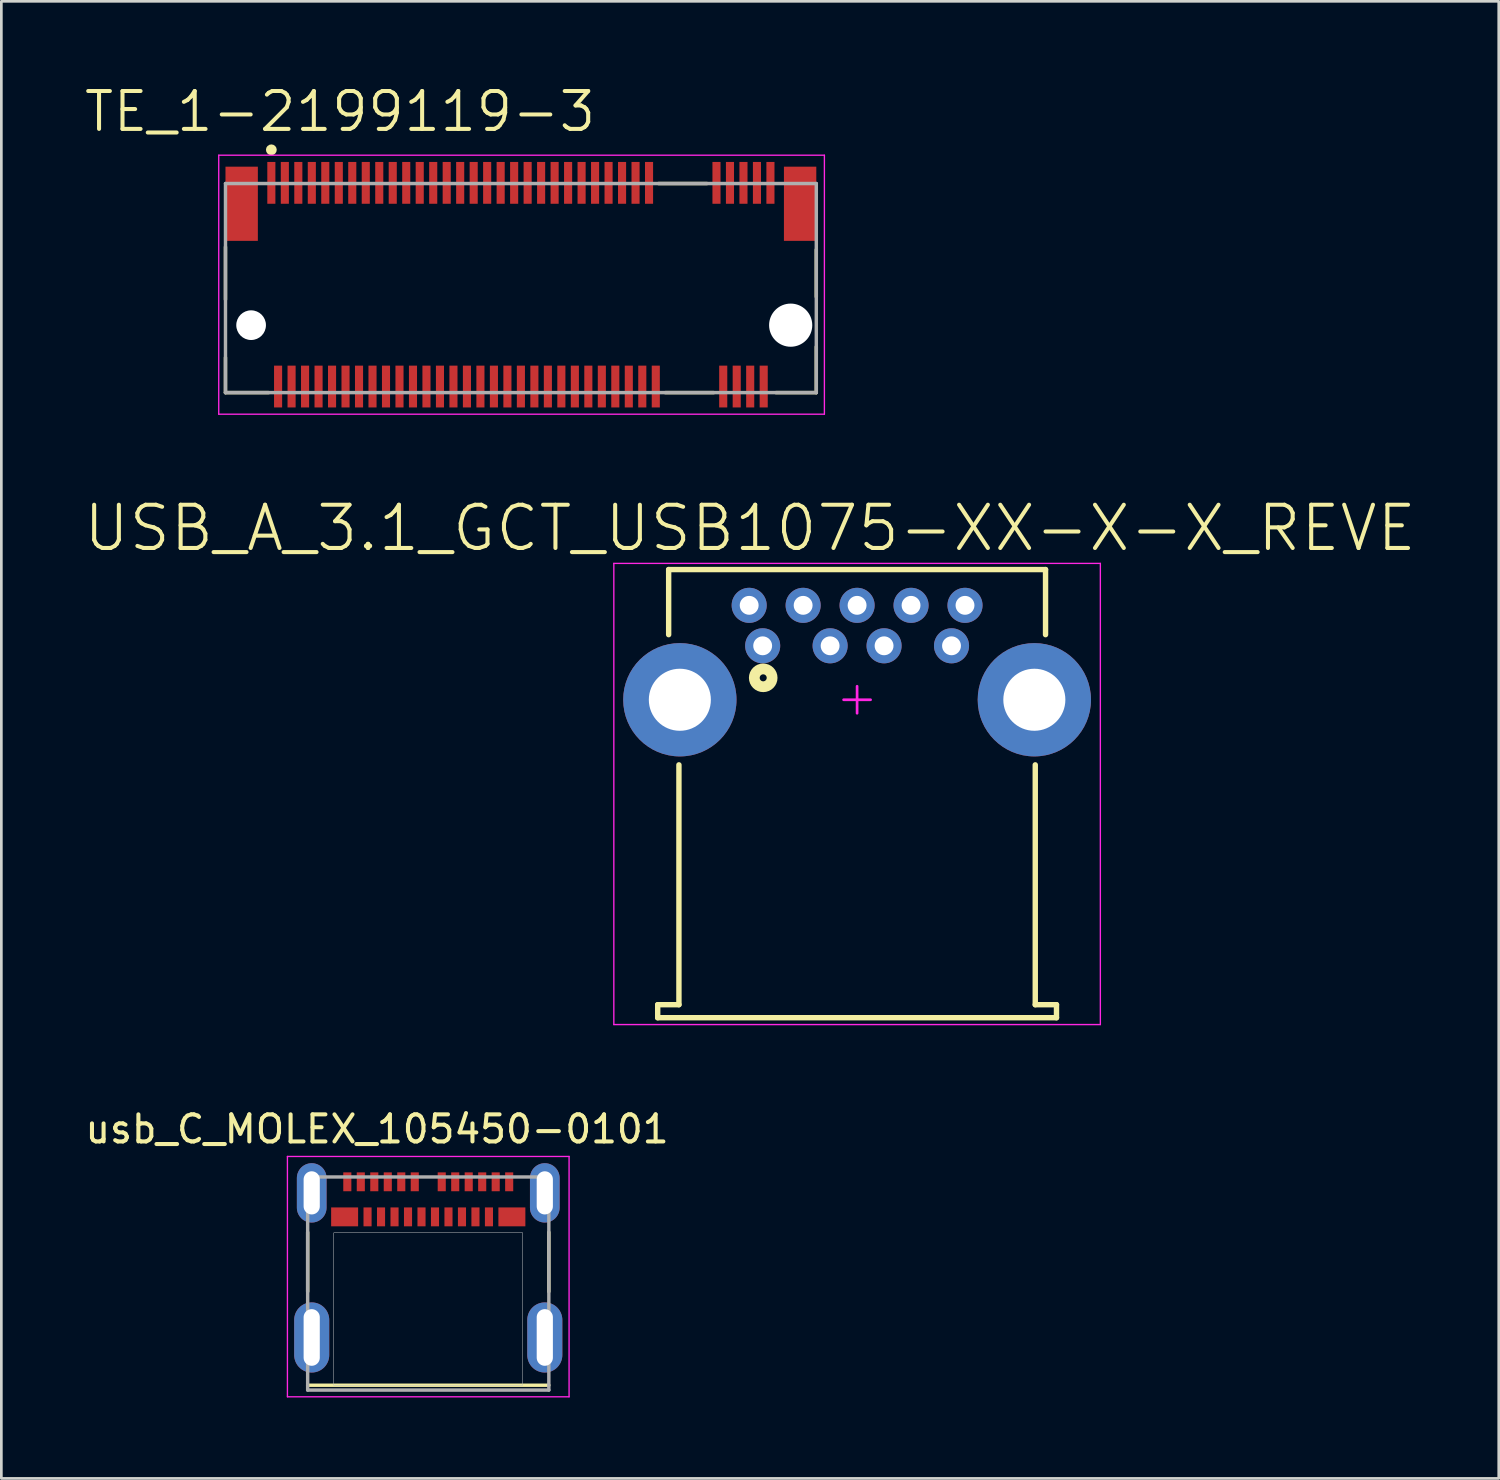
<source format=kicad_pcb>
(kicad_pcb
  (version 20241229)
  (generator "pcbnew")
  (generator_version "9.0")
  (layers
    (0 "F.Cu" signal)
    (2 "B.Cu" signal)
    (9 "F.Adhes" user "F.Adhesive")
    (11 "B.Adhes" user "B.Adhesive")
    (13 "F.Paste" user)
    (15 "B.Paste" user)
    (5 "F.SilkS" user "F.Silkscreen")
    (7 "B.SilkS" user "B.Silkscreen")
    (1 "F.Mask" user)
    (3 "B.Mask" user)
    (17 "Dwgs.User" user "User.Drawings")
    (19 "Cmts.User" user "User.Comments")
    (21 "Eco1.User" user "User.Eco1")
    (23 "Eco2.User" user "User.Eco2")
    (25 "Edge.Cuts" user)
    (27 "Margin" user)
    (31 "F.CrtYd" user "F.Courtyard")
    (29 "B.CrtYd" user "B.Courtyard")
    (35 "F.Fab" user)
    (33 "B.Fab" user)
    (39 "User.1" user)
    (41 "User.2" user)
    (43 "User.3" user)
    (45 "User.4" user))
  (footprint "usb_C_MOLEX_105450-0101"
    (layer "F.Cu")
    (at 12.824 44.526)
    (property "Reference" "usb_C_MOLEX_105450-0101" (at -1.899 -5.723 0) (layer "F.SilkS") (effects (font (size 1.004 1.004) (thickness 0.15))))
    (attr through_hole)
    (fp_line (start -4.47 0.3) (end -4.47 -1.9) (stroke (width 0.127) (type solid)) (layer "F.SilkS"))
    (fp_line (start -4.47 3.77) (end 4.47 3.77) (stroke (width 0.127) (type solid)) (layer "F.SilkS"))
    (fp_line (start 4.47 0.3) (end 4.47 -1.9) (stroke (width 0.127) (type solid)) (layer "F.SilkS"))
    (fp_poly (pts (xy -3.502 -1.88) (xy 3.5 -1.88) (xy 3.5 3.773) (xy -3.502 3.773)) (stroke (width 0.01) (type solid)) (fill no) (layer "Dwgs.User"))
    (fp_poly (pts (xy -3.501 -1.88) (xy 3.5 -1.88) (xy 3.5 3.771) (xy -3.501 3.771)) (stroke (width 0.01) (type solid)) (fill no) (layer "Dwgs.User"))
    (fp_line (start -5.22 -4.71) (end 5.22 -4.71) (stroke (width 0.05) (type solid)) (layer "F.CrtYd"))
    (fp_line (start -5.22 4.2) (end -5.22 -4.71) (stroke (width 0.05) (type solid)) (layer "F.CrtYd"))
    (fp_line (start 5.22 -4.71) (end 5.22 4.2) (stroke (width 0.05) (type solid)) (layer "F.CrtYd"))
    (fp_line (start 5.22 4.2) (end -5.22 4.2) (stroke (width 0.05) (type solid)) (layer "F.CrtYd"))
    (fp_line (start -4.47 -3.95) (end -4.47 3.95) (stroke (width 0.127) (type solid)) (layer "F.Fab"))
    (fp_line (start -4.47 3.95) (end 4.47 3.95) (stroke (width 0.127) (type solid)) (layer "F.Fab"))
    (fp_line (start 4.47 -3.95) (end -4.47 -3.95) (stroke (width 0.127) (type solid)) (layer "F.Fab"))
    (fp_line (start 4.47 3.95) (end 4.47 -3.95) (stroke (width 0.127) (type solid)) (layer "F.Fab"))
    (pad "A1" smd rect (at -3 -3.77) (size 0.3 0.7) (layers "F.Cu" "F.Mask" "F.Paste"))
    (pad "A2" smd rect (at -2.5 -3.77) (size 0.3 0.7) (layers "F.Cu" "F.Mask" "F.Paste"))
    (pad "A3" smd rect (at -2 -3.77) (size 0.3 0.7) (layers "F.Cu" "F.Mask" "F.Paste"))
    (pad "A4" smd rect (at -1.5 -3.77) (size 0.3 0.7) (layers "F.Cu" "F.Mask" "F.Paste"))
    (pad "A5" smd rect (at -1 -3.77) (size 0.3 0.7) (layers "F.Cu" "F.Mask" "F.Paste"))
    (pad "A6" smd rect (at -0.5 -3.77) (size 0.3 0.7) (layers "F.Cu" "F.Mask" "F.Paste"))
    (pad "A7" smd rect (at 0.5 -3.77) (size 0.3 0.7) (layers "F.Cu" "F.Mask" "F.Paste"))
    (pad "A8" smd rect (at 1 -3.77) (size 0.3 0.7) (layers "F.Cu" "F.Mask" "F.Paste"))
    (pad "A9" smd rect (at 1.5 -3.77) (size 0.3 0.7) (layers "F.Cu" "F.Mask" "F.Paste"))
    (pad "A10" smd rect (at 2 -3.77) (size 0.3 0.7) (layers "F.Cu" "F.Mask" "F.Paste"))
    (pad "A11" smd rect (at 2.5 -3.77) (size 0.3 0.7) (layers "F.Cu" "F.Mask" "F.Paste"))
    (pad "A12" smd rect (at 3 -3.77) (size 0.3 0.7) (layers "F.Cu" "F.Mask" "F.Paste"))
    (pad "B1" smd rect (at 3.1 -2.47) (size 1 0.7) (layers "F.Cu" "F.Mask" "F.Paste"))
    (pad "B2" smd rect (at 2.25 -2.47) (size 0.3 0.7) (layers "F.Cu" "F.Mask" "F.Paste"))
    (pad "B3" smd rect (at 1.75 -2.47) (size 0.3 0.7) (layers "F.Cu" "F.Mask" "F.Paste"))
    (pad "B4" smd rect (at 1.25 -2.47) (size 0.3 0.7) (layers "F.Cu" "F.Mask" "F.Paste"))
    (pad "B5" smd rect (at 0.75 -2.47) (size 0.3 0.7) (layers "F.Cu" "F.Mask" "F.Paste"))
    (pad "B6" smd rect (at 0.25 -2.47) (size 0.3 0.7) (layers "F.Cu" "F.Mask" "F.Paste"))
    (pad "B7" smd rect (at -0.25 -2.47) (size 0.3 0.7) (layers "F.Cu" "F.Mask" "F.Paste"))
    (pad "B8" smd rect (at -0.75 -2.47) (size 0.3 0.7) (layers "F.Cu" "F.Mask" "F.Paste"))
    (pad "B9" smd rect (at -1.25 -2.47) (size 0.3 0.7) (layers "F.Cu" "F.Mask" "F.Paste"))
    (pad "B10" smd rect (at -1.75 -2.47) (size 0.3 0.7) (layers "F.Cu" "F.Mask" "F.Paste"))
    (pad "B11" smd rect (at -2.25 -2.47) (size 0.3 0.7) (layers "F.Cu" "F.Mask" "F.Paste"))
    (pad "B12" smd rect (at -3.1 -2.47) (size 1 0.7) (layers "F.Cu" "F.Mask" "F.Paste"))
    (pad "S1" thru_hole oval (at -4.32 -3.36) (size 1.1 2.2) (drill oval 0.6 1.6) (layers "*.Cu" "*.Mask"))
    (pad "S2" thru_hole oval (at 4.32 -3.36) (size 1.1 2.2) (drill oval 0.6 1.6) (layers "*.Cu" "*.Mask"))
    (pad "S3" thru_hole oval (at -4.32 2) (size 1.3 2.6) (drill oval 0.6 2.1) (layers "*.Cu" "*.Mask"))
    (pad "S4" thru_hole oval (at 4.32 2) (size 1.3 2.6) (drill oval 0.6 2.1) (layers "*.Cu" "*.Mask")))
  (footprint "USB_A_3.1_GCT_USB1075-XX-X-X_REVE"
    (layer "F.Cu")
    (at 28.72 22.888)
    (property "Reference" "USB_A_3.1_GCT_USB1075-XX-X-X_REVE" (at -3.968 -6.36 0) (layer "F.SilkS") (effects (font (size 1.603 1.603) (thickness 0.15))))
    (attr through_hole)
    (fp_line (start -7.391 11.303) (end -6.604 11.303) (stroke (width 0.2) (type solid)) (layer "F.SilkS"))
    (fp_line (start -7.391 11.786) (end -7.391 11.303) (stroke (width 0.2) (type solid)) (layer "F.SilkS"))
    (fp_line (start -7.391 11.786) (end 7.391 11.786) (stroke (width 0.2) (type solid)) (layer "F.SilkS"))
    (fp_line (start -6.985 -4.826) (end 6.985 -4.826) (stroke (width 0.2) (type solid)) (layer "F.SilkS"))
    (fp_line (start -6.985 -2.413) (end -6.985 -4.826) (stroke (width 0.2) (type solid)) (layer "F.SilkS"))
    (fp_line (start -6.604 11.303) (end -6.604 2.413) (stroke (width 0.2) (type solid)) (layer "F.SilkS"))
    (fp_line (start 6.604 11.303) (end 6.604 2.413) (stroke (width 0.2) (type solid)) (layer "F.SilkS"))
    (fp_line (start 6.604 11.303) (end 7.391 11.303) (stroke (width 0.2) (type solid)) (layer "F.SilkS"))
    (fp_line (start 6.985 -2.413) (end 6.985 -4.826) (stroke (width 0.2) (type solid)) (layer "F.SilkS"))
    (fp_line (start 7.391 11.786) (end 7.391 11.303) (stroke (width 0.2) (type solid)) (layer "F.SilkS"))
    (fp_circle (center -3.48 -0.813) (end -3.35 -0.813) (stroke (width 0.4) (type solid)) (fill no) (layer "F.SilkS"))
    (fp_line (start -9.017 -5.055) (end 9.017 -5.055) (stroke (width 0.05) (type solid)) (layer "F.CrtYd"))
    (fp_line (start -9.017 12.04) (end -9.017 -5.055) (stroke (width 0.05) (type solid)) (layer "F.CrtYd"))
    (fp_line (start -9.017 12.04) (end 9.017 12.04) (stroke (width 0.05) (type solid)) (layer "F.CrtYd"))
    (fp_line (start -0.5 0) (end 0.5 0) (stroke (width 0.1) (type solid)) (layer "F.CrtYd"))
    (fp_line (start 0 0.5) (end 0 -0.5) (stroke (width 0.1) (type solid)) (layer "F.CrtYd"))
    (fp_line (start 9.017 12.04) (end 9.017 -5.055) (stroke (width 0.05) (type solid)) (layer "F.CrtYd"))
    (pad "1" thru_hole circle (at -3.5 -2) (size 1.3 1.3) (drill 0.7) (layers "*.Cu" "*.Mask"))
    (pad "2" thru_hole circle (at -1 -2) (size 1.3 1.3) (drill 0.7) (layers "*.Cu" "*.Mask"))
    (pad "3" thru_hole circle (at 1 -2) (size 1.3 1.3) (drill 0.7) (layers "*.Cu" "*.Mask"))
    (pad "4" thru_hole circle (at 3.5 -2) (size 1.3 1.3) (drill 0.7) (layers "*.Cu" "*.Mask"))
    (pad "5" thru_hole circle (at 4 -3.5) (size 1.3 1.3) (drill 0.7) (layers "*.Cu" "*.Mask"))
    (pad "6" thru_hole circle (at 2 -3.5) (size 1.3 1.3) (drill 0.7) (layers "*.Cu" "*.Mask"))
    (pad "7" thru_hole circle (at 0 -3.5) (size 1.3 1.3) (drill 0.7) (layers "*.Cu" "*.Mask"))
    (pad "8" thru_hole circle (at -2 -3.5) (size 1.3 1.3) (drill 0.7) (layers "*.Cu" "*.Mask"))
    (pad "9" thru_hole circle (at -4 -3.5) (size 1.3 1.3) (drill 0.7) (layers "*.Cu" "*.Mask"))
    (pad "10" thru_hole circle (at -6.57 0) (size 4.2 4.2) (drill 2.3) (layers "*.Cu" "*.Mask"))
    (pad "11" thru_hole circle (at 6.57 0) (size 4.2 4.2) (drill 2.3) (layers "*.Cu" "*.Mask")))
  (footprint "TE_1-2199119-3"
    (layer "F.Cu")
    (at 16.258 9.003)
    (property "Reference" "TE_1-2199119-3" (at -6.705 -7.917 0) (layer "F.SilkS") (effects (font (size 1.405 1.405) (thickness 0.15))))
    (attr through_hole)
    (fp_line (start -10.95 -2.9) (end -10.95 -0.95) (stroke (width 0.127) (type solid)) (layer "F.SilkS"))
    (fp_line (start -10.95 1.2) (end -10.95 2.5) (stroke (width 0.127) (type solid)) (layer "F.SilkS"))
    (fp_line (start -10.95 2.5) (end -9.35 2.5) (stroke (width 0.127) (type solid)) (layer "F.SilkS"))
    (fp_line (start 5.1 -5.25) (end 6.9 -5.25) (stroke (width 0.127) (type solid)) (layer "F.SilkS"))
    (fp_line (start 5.35 2.5) (end 7.15 2.5) (stroke (width 0.127) (type solid)) (layer "F.SilkS"))
    (fp_line (start 9.45 2.5) (end 10.95 2.5) (stroke (width 0.127) (type solid)) (layer "F.SilkS"))
    (fp_line (start 10.95 -1.05) (end 10.95 -2.8) (stroke (width 0.127) (type solid)) (layer "F.SilkS"))
    (fp_line (start 10.95 2.5) (end 10.95 0.8) (stroke (width 0.127) (type solid)) (layer "F.SilkS"))
    (fp_circle (center -9.25 -6.5) (end -9.15 -6.5) (stroke (width 0.2) (type solid)) (fill no) (layer "F.SilkS"))
    (fp_line (start -11.2 -6.3) (end -11.2 3.3) (stroke (width 0.05) (type solid)) (layer "F.CrtYd"))
    (fp_line (start -11.2 3.3) (end 11.25 3.3) (stroke (width 0.05) (type solid)) (layer "F.CrtYd"))
    (fp_line (start 11.25 -6.3) (end -11.2 -6.3) (stroke (width 0.05) (type solid)) (layer "F.CrtYd"))
    (fp_line (start 11.25 3.3) (end 11.25 -6.3) (stroke (width 0.05) (type solid)) (layer "F.CrtYd"))
    (fp_line (start -10.95 -5.25) (end 10.95 -5.25) (stroke (width 0.127) (type solid)) (layer "F.Fab"))
    (fp_line (start -10.95 2.5) (end -10.95 -5.25) (stroke (width 0.127) (type solid)) (layer "F.Fab"))
    (fp_line (start 10.95 -5.25) (end 10.95 2.5) (stroke (width 0.127) (type solid)) (layer "F.Fab"))
    (fp_line (start 10.95 2.5) (end -10.95 2.5) (stroke (width 0.127) (type solid)) (layer "F.Fab"))
    (pad "" np_thru_hole circle (at -10 0) (size 1.1 1.1) (drill 1.1) (layers "*.Cu" "*.Mask"))
    (pad "" np_thru_hole circle (at 10 0) (size 1.6 1.6) (drill 1.6) (layers "*.Cu" "*.Mask"))
    (pad "1" smd rect (at -9.25 -5.275) (size 0.3 1.55) (layers "F.Cu" "F.Mask" "F.Paste"))
    (pad "2" smd rect (at -9 2.275) (size 0.3 1.55) (layers "F.Cu" "F.Mask" "F.Paste"))
    (pad "3" smd rect (at -8.75 -5.275) (size 0.3 1.55) (layers "F.Cu" "F.Mask" "F.Paste"))
    (pad "4" smd rect (at -8.5 2.275) (size 0.3 1.55) (layers "F.Cu" "F.Mask" "F.Paste"))
    (pad "5" smd rect (at -8.25 -5.275) (size 0.3 1.55) (layers "F.Cu" "F.Mask" "F.Paste"))
    (pad "6" smd rect (at -8 2.275) (size 0.3 1.55) (layers "F.Cu" "F.Mask" "F.Paste"))
    (pad "7" smd rect (at -7.75 -5.275) (size 0.3 1.55) (layers "F.Cu" "F.Mask" "F.Paste"))
    (pad "8" smd rect (at -7.5 2.275) (size 0.3 1.55) (layers "F.Cu" "F.Mask" "F.Paste"))
    (pad "9" smd rect (at -7.25 -5.275) (size 0.3 1.55) (layers "F.Cu" "F.Mask" "F.Paste"))
    (pad "10" smd rect (at -7 2.275) (size 0.3 1.55) (layers "F.Cu" "F.Mask" "F.Paste"))
    (pad "11" smd rect (at -6.75 -5.275) (size 0.3 1.55) (layers "F.Cu" "F.Mask" "F.Paste"))
    (pad "12" smd rect (at -6.5 2.275) (size 0.3 1.55) (layers "F.Cu" "F.Mask" "F.Paste"))
    (pad "13" smd rect (at -6.25 -5.275) (size 0.3 1.55) (layers "F.Cu" "F.Mask" "F.Paste"))
    (pad "14" smd rect (at -6 2.275) (size 0.3 1.55) (layers "F.Cu" "F.Mask" "F.Paste"))
    (pad "15" smd rect (at -5.75 -5.275) (size 0.3 1.55) (layers "F.Cu" "F.Mask" "F.Paste"))
    (pad "16" smd rect (at -5.5 2.275) (size 0.3 1.55) (layers "F.Cu" "F.Mask" "F.Paste"))
    (pad "17" smd rect (at -5.25 -5.275) (size 0.3 1.55) (layers "F.Cu" "F.Mask" "F.Paste"))
    (pad "18" smd rect (at -5 2.275) (size 0.3 1.55) (layers "F.Cu" "F.Mask" "F.Paste"))
    (pad "19" smd rect (at -4.75 -5.275) (size 0.3 1.55) (layers "F.Cu" "F.Mask" "F.Paste"))
    (pad "20" smd rect (at -4.5 2.275) (size 0.3 1.55) (layers "F.Cu" "F.Mask" "F.Paste"))
    (pad "21" smd rect (at -4.25 -5.275) (size 0.3 1.55) (layers "F.Cu" "F.Mask" "F.Paste"))
    (pad "22" smd rect (at -4 2.275) (size 0.3 1.55) (layers "F.Cu" "F.Mask" "F.Paste"))
    (pad "23" smd rect (at -3.75 -5.275) (size 0.3 1.55) (layers "F.Cu" "F.Mask" "F.Paste"))
    (pad "24" smd rect (at -3.5 2.275) (size 0.3 1.55) (layers "F.Cu" "F.Mask" "F.Paste"))
    (pad "25" smd rect (at -3.25 -5.275) (size 0.3 1.55) (layers "F.Cu" "F.Mask" "F.Paste"))
    (pad "26" smd rect (at -3 2.275) (size 0.3 1.55) (layers "F.Cu" "F.Mask" "F.Paste"))
    (pad "27" smd rect (at -2.75 -5.275) (size 0.3 1.55) (layers "F.Cu" "F.Mask" "F.Paste"))
    (pad "28" smd rect (at -2.5 2.275) (size 0.3 1.55) (layers "F.Cu" "F.Mask" "F.Paste"))
    (pad "29" smd rect (at -2.25 -5.275) (size 0.3 1.55) (layers "F.Cu" "F.Mask" "F.Paste"))
    (pad "30" smd rect (at -2 2.275) (size 0.3 1.55) (layers "F.Cu" "F.Mask" "F.Paste"))
    (pad "31" smd rect (at -1.75 -5.275) (size 0.3 1.55) (layers "F.Cu" "F.Mask" "F.Paste"))
    (pad "32" smd rect (at -1.5 2.275) (size 0.3 1.55) (layers "F.Cu" "F.Mask" "F.Paste"))
    (pad "33" smd rect (at -1.25 -5.275) (size 0.3 1.55) (layers "F.Cu" "F.Mask" "F.Paste"))
    (pad "34" smd rect (at -1 2.275) (size 0.3 1.55) (layers "F.Cu" "F.Mask" "F.Paste"))
    (pad "35" smd rect (at -0.75 -5.275) (size 0.3 1.55) (layers "F.Cu" "F.Mask" "F.Paste"))
    (pad "36" smd rect (at -0.5 2.275) (size 0.3 1.55) (layers "F.Cu" "F.Mask" "F.Paste"))
    (pad "37" smd rect (at -0.25 -5.275) (size 0.3 1.55) (layers "F.Cu" "F.Mask" "F.Paste"))
    (pad "38" smd rect (at 0 2.275) (size 0.3 1.55) (layers "F.Cu" "F.Mask" "F.Paste"))
    (pad "39" smd rect (at 0.25 -5.275) (size 0.3 1.55) (layers "F.Cu" "F.Mask" "F.Paste"))
    (pad "40" smd rect (at 0.5 2.275) (size 0.3 1.55) (layers "F.Cu" "F.Mask" "F.Paste"))
    (pad "41" smd rect (at 0.75 -5.275) (size 0.3 1.55) (layers "F.Cu" "F.Mask" "F.Paste"))
    (pad "42" smd rect (at 1 2.275) (size 0.3 1.55) (layers "F.Cu" "F.Mask" "F.Paste"))
    (pad "43" smd rect (at 1.25 -5.275) (size 0.3 1.55) (layers "F.Cu" "F.Mask" "F.Paste"))
    (pad "44" smd rect (at 1.5 2.275) (size 0.3 1.55) (layers "F.Cu" "F.Mask" "F.Paste"))
    (pad "45" smd rect (at 1.75 -5.275) (size 0.3 1.55) (layers "F.Cu" "F.Mask" "F.Paste"))
    (pad "46" smd rect (at 2 2.275) (size 0.3 1.55) (layers "F.Cu" "F.Mask" "F.Paste"))
    (pad "47" smd rect (at 2.25 -5.275) (size 0.3 1.55) (layers "F.Cu" "F.Mask" "F.Paste"))
    (pad "48" smd rect (at 2.5 2.275) (size 0.3 1.55) (layers "F.Cu" "F.Mask" "F.Paste"))
    (pad "49" smd rect (at 2.75 -5.275) (size 0.3 1.55) (layers "F.Cu" "F.Mask" "F.Paste"))
    (pad "50" smd rect (at 3 2.275) (size 0.3 1.55) (layers "F.Cu" "F.Mask" "F.Paste"))
    (pad "51" smd rect (at 3.25 -5.275) (size 0.3 1.55) (layers "F.Cu" "F.Mask" "F.Paste"))
    (pad "52" smd rect (at 3.5 2.275) (size 0.3 1.55) (layers "F.Cu" "F.Mask" "F.Paste"))
    (pad "53" smd rect (at 3.75 -5.275) (size 0.3 1.55) (layers "F.Cu" "F.Mask" "F.Paste"))
    (pad "54" smd rect (at 4 2.275) (size 0.3 1.55) (layers "F.Cu" "F.Mask" "F.Paste"))
    (pad "55" smd rect (at 4.25 -5.275) (size 0.3 1.55) (layers "F.Cu" "F.Mask" "F.Paste"))
    (pad "56" smd rect (at 4.5 2.275) (size 0.3 1.55) (layers "F.Cu" "F.Mask" "F.Paste"))
    (pad "57" smd rect (at 4.75 -5.275) (size 0.3 1.55) (layers "F.Cu" "F.Mask" "F.Paste"))
    (pad "58" smd rect (at 5 2.275) (size 0.3 1.55) (layers "F.Cu" "F.Mask" "F.Paste"))
    (pad "67" smd rect (at 7.25 -5.275) (size 0.3 1.55) (layers "F.Cu" "F.Mask" "F.Paste"))
    (pad "68" smd rect (at 7.5 2.275) (size 0.3 1.55) (layers "F.Cu" "F.Mask" "F.Paste"))
    (pad "69" smd rect (at 7.75 -5.275) (size 0.3 1.55) (layers "F.Cu" "F.Mask" "F.Paste"))
    (pad "70" smd rect (at 8 2.275) (size 0.3 1.55) (layers "F.Cu" "F.Mask" "F.Paste"))
    (pad "71" smd rect (at 8.25 -5.275) (size 0.3 1.55) (layers "F.Cu" "F.Mask" "F.Paste"))
    (pad "72" smd rect (at 8.5 2.275) (size 0.3 1.55) (layers "F.Cu" "F.Mask" "F.Paste"))
    (pad "73" smd rect (at 8.75 -5.275) (size 0.3 1.55) (layers "F.Cu" "F.Mask" "F.Paste"))
    (pad "74" smd rect (at 9 2.275) (size 0.3 1.55) (layers "F.Cu" "F.Mask" "F.Paste"))
    (pad "75" smd rect (at 9.25 -5.275) (size 0.3 1.55) (layers "F.Cu" "F.Mask" "F.Paste"))
    (pad "S1" smd rect (at -10.35 -4.5) (size 1.2 2.75) (layers "F.Cu" "F.Mask" "F.Paste"))
    (pad "S2" smd rect (at 10.35 -4.5) (size 1.2 2.75) (layers "F.Cu" "F.Mask" "F.Paste")))
  (gr_rect
    (start -3 -3)
    (end 52.504 51.751)
    (stroke (width 0.1) (type default))
    (fill no)
    (layer "Edge.Cuts")))
</source>
